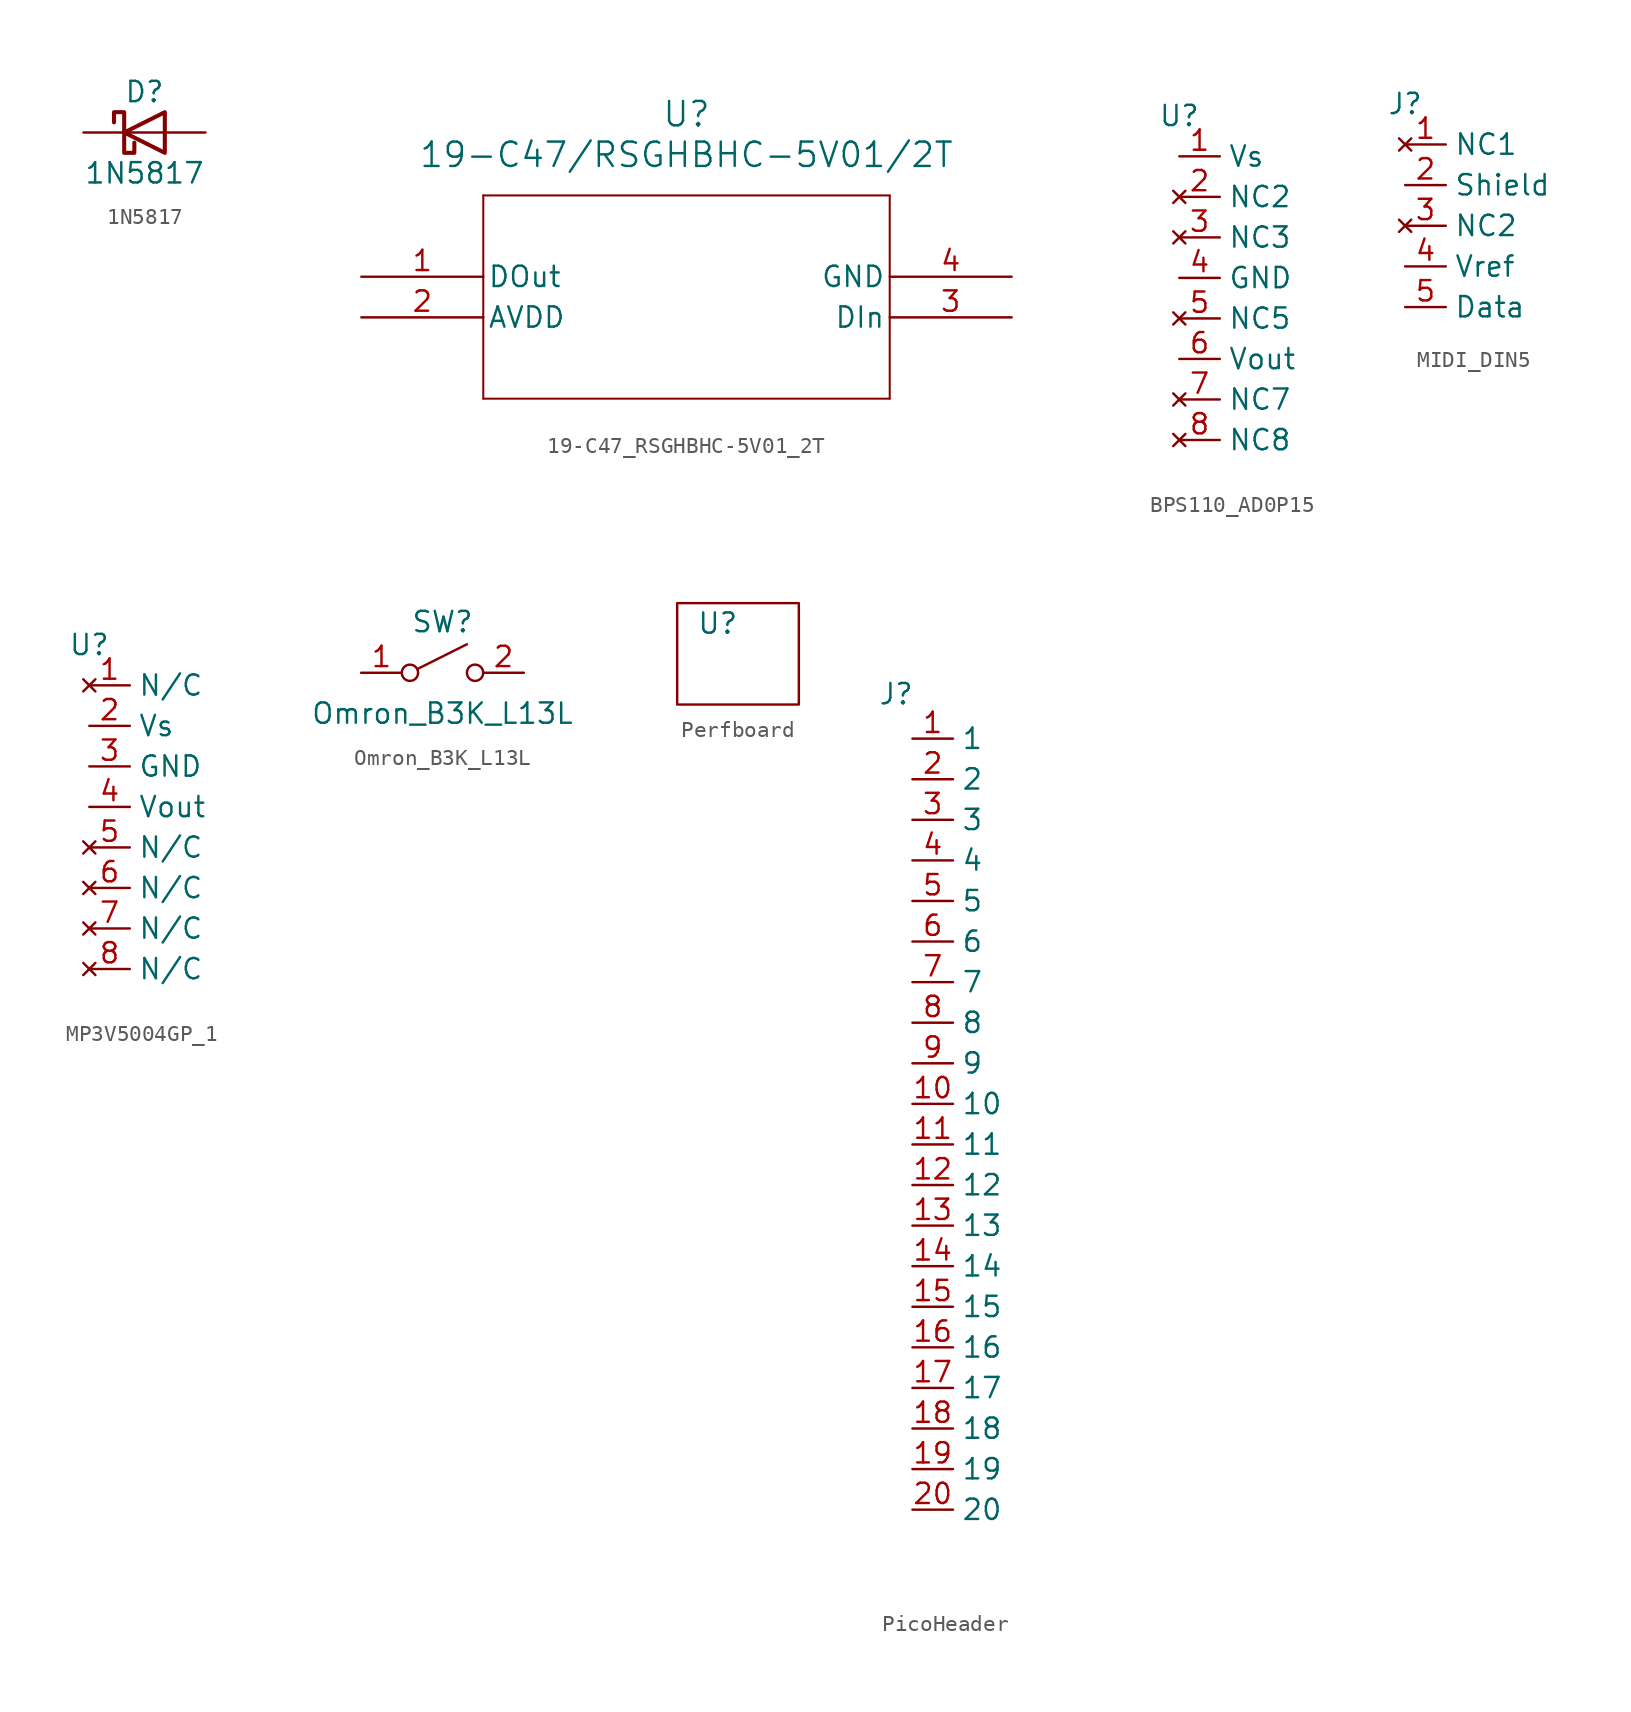
<source format=kicad_sym>
(kicad_symbol_lib
  (version 20241209)
  (generator "kicad_symbol_editor")
  (generator_version "9.0")
  (symbol "1N5817"
    (pin_numbers
      (hide yes))
    (pin_names
      (offset 1.016)
      (hide yes))
    (property "Reference" "D"
      (at 0 2.54 0)
      (effects (font (size 1.27 1.27))))
    (property "Value" "1N5817"
      (at 0 -2.54 0)
      (effects (font (size 1.27 1.27))))
    (symbol "1N5817_0_1"
      (polyline (pts (xy -1.905 0.635) (xy -1.905 1.27) (xy -1.27 1.27) (xy -1.27 -1.27) (xy -0.635 -1.27) (xy -0.635 -0.635)) (stroke (width 0.254) (type default)) (fill (type none)))
      (polyline (pts (xy 1.27 1.27) (xy 1.27 -1.27) (xy -1.27 0) (xy 1.27 1.27)) (stroke (width 0.254) (type default)) (fill (type none)))
      (polyline (pts (xy 1.27 0) (xy -1.27 0)) (stroke (width 0) (type default)) (fill (type none))))
    (symbol "1N5817_1_1"
      (pin passive line (at -3.81 0 0) (length 2.54) (name "K" (effects (font (size 1.27 1.27)))) (number "1" (effects (font (size 1.27 1.27)))))
      (pin passive line (at 3.81 0 180) (length 2.54) (name "A" (effects (font (size 1.27 1.27)))) (number "2" (effects (font (size 1.27 1.27)))))))
  (symbol "19-C47_RSGHBHC-5V01_2T"
    (pin_names
      (offset 0.254))
    (property "Reference" "U"
      (at 20.32 10.16 0)
      (effects (font (size 1.524 1.524))))
    (property "Value" "19-C47/RSGHBHC-5V01/2T"
      (at 20.32 7.62 0)
      (effects (font (size 1.524 1.524))))
    (property "ki_locked" ""
      (at 0 0 0)
      (effects (font (size 1.27 1.27))))
    (symbol "19-C47_RSGHBHC-5V01_2T_0_1"
      (polyline (pts (xy 7.62 5.08) (xy 7.62 -7.62)) (stroke (width 0.127) (type default)) (fill (type none)))
      (polyline (pts (xy 7.62 -7.62) (xy 33.02 -7.62)) (stroke (width 0.127) (type default)) (fill (type none)))
      (polyline (pts (xy 33.02 5.08) (xy 7.62 5.08)) (stroke (width 0.127) (type default)) (fill (type none)))
      (polyline (pts (xy 33.02 -7.62) (xy 33.02 5.08)) (stroke (width 0.127) (type default)) (fill (type none))))
    (symbol "19-C47_RSGHBHC-5V01_2T_1_1"
      (pin output line (at 0 0 0) (length 7.62) (name "DOut" (effects (font (size 1.27 1.27)))) (number "1" (effects (font (size 1.27 1.27)))))
      (pin power_in line (at 0 -2.54 0) (length 7.62) (name "AVDD" (effects (font (size 1.27 1.27)))) (number "2" (effects (font (size 1.27 1.27)))))
      (pin power_out line (at 40.64 0 180) (length 7.62) (name "GND" (effects (font (size 1.27 1.27)))) (number "4" (effects (font (size 1.27 1.27)))))
      (pin input line (at 40.64 -2.54 180) (length 7.62) (name "DIn" (effects (font (size 1.27 1.27)))) (number "3" (effects (font (size 1.27 1.27)))))))
  (symbol "BPS110_AD0P15"
    (property "Reference" "U"
      (at 0 0 0)
      (effects (font (size 1.27 1.27))))
    (property "Value" ""
      (at 0 0 0)
      (effects (font (size 1.27 1.27))))
    (symbol "BPS110_AD0P15_1_1"
      (pin power_in line (at 0 -2.54 0) (length 2.54) (name "Vs" (effects (font (size 1.27 1.27)))) (number "1" (effects (font (size 1.27 1.27)))))
      (pin no_connect line (at 0 -5.08 0) (length 2.54) (name "NC2" (effects (font (size 1.27 1.27)))) (number "2" (effects (font (size 1.27 1.27)))))
      (pin no_connect line (at 0 -7.62 0) (length 2.54) (name "NC3" (effects (font (size 1.27 1.27)))) (number "3" (effects (font (size 1.27 1.27)))))
      (pin power_out line (at 0 -10.16 0) (length 2.54) (name "GND" (effects (font (size 1.27 1.27)))) (number "4" (effects (font (size 1.27 1.27)))))
      (pin no_connect line (at 0 -12.7 0) (length 2.54) (name "NC5" (effects (font (size 1.27 1.27)))) (number "5" (effects (font (size 1.27 1.27)))))
      (pin output line (at 0 -15.24 0) (length 2.54) (name "Vout" (effects (font (size 1.27 1.27)))) (number "6" (effects (font (size 1.27 1.27)))))
      (pin no_connect line (at 0 -17.78 0) (length 2.54) (name "NC7" (effects (font (size 1.27 1.27)))) (number "7" (effects (font (size 1.27 1.27)))))
      (pin no_connect line (at 0 -20.32 0) (length 2.54) (name "NC8" (effects (font (size 1.27 1.27)))) (number "8" (effects (font (size 1.27 1.27)))))))
  (symbol "MIDI_DIN5"
    (property "Reference" "J"
      (at 0 0 0)
      (effects (font (size 1.27 1.27))))
    (property "Value" ""
      (at 0 0 0)
      (effects (font (size 1.27 1.27))))
    (symbol "MIDI_DIN5_1_1"
      (pin no_connect line (at 0 -2.54 0) (length 2.54) (name "NC1" (effects (font (size 1.27 1.27)))) (number "1" (effects (font (size 1.27 1.27)))))
      (pin power_out line (at 0 -5.08 0) (length 2.54) (name "Shield" (effects (font (size 1.27 1.27)))) (number "2" (effects (font (size 1.27 1.27)))))
      (pin no_connect line (at 0 -7.62 0) (length 2.54) (name "NC2" (effects (font (size 1.27 1.27)))) (number "3" (effects (font (size 1.27 1.27)))))
      (pin power_in line (at 0 -10.16 0) (length 2.54) (name "Vref" (effects (font (size 1.27 1.27)))) (number "4" (effects (font (size 1.27 1.27)))))
      (pin output line (at 0 -12.7 0) (length 2.54) (name "Data" (effects (font (size 1.27 1.27)))) (number "5" (effects (font (size 1.27 1.27)))))))
  (symbol "MP3V5004GP_1"
    (property "Reference" "U"
      (at 0 0 0)
      (effects (font (size 1.27 1.27))))
    (property "Value" ""
      (at 0 0 0)
      (effects (font (size 1.27 1.27))))
    (symbol "MP3V5004GP_1_1_1"
      (pin no_connect line (at 0 -2.54 0) (length 2.54) (name "N/C" (effects (font (size 1.27 1.27)))) (number "1" (effects (font (size 1.27 1.27)))))
      (pin power_in line (at 0 -5.08 0) (length 2.54) (name "Vs" (effects (font (size 1.27 1.27)))) (number "2" (effects (font (size 1.27 1.27)))))
      (pin power_out line (at 0 -7.62 0) (length 2.54) (name "GND" (effects (font (size 1.27 1.27)))) (number "3" (effects (font (size 1.27 1.27)))))
      (pin output line (at 0 -10.16 0) (length 2.54) (name "Vout" (effects (font (size 1.27 1.27)))) (number "4" (effects (font (size 1.27 1.27)))))
      (pin no_connect line (at 0 -12.7 0) (length 2.54) (name "N/C" (effects (font (size 1.27 1.27)))) (number "5" (effects (font (size 1.27 1.27)))))
      (pin no_connect line (at 0 -15.24 0) (length 2.54) (name "N/C" (effects (font (size 1.27 1.27)))) (number "6" (effects (font (size 1.27 1.27)))))
      (pin no_connect line (at 0 -17.78 0) (length 2.54) (name "N/C" (effects (font (size 1.27 1.27)))) (number "7" (effects (font (size 1.27 1.27)))))
      (pin no_connect line (at 0 -20.32 0) (length 2.54) (name "N/C" (effects (font (size 1.27 1.27)))) (number "8" (effects (font (size 1.27 1.27)))))))
  (symbol "Omron_B3K_L13L"
    (pin_names
      (offset 0)
      (hide yes))
    (property "Reference" "SW"
      (at 0 3.175 0)
      (effects (font (size 1.27 1.27))))
    (property "Value" "Omron_B3K_L13L"
      (at 0 -2.54 0)
      (effects (font (size 1.27 1.27))))
    (symbol "Omron_B3K_L13L_0_0"
      (circle (center -2.032 0) (radius 0.508) (stroke (width 0) (type default)) (fill (type none)))
      (polyline (pts (xy -1.524 0.254) (xy 1.524 1.778)) (stroke (width 0) (type default)) (fill (type none)))
      (circle (center 2.032 0) (radius 0.508) (stroke (width 0) (type default)) (fill (type none))))
    (symbol "Omron_B3K_L13L_1_1"
      (pin passive line (at -5.08 0 0) (length 2.54) (name "A" (effects (font (size 1.27 1.27)))) (number "1" (effects (font (size 1.27 1.27)))))
      (pin passive line (at 5.08 0 180) (length 2.54) (name "B" (effects (font (size 1.27 1.27)))) (number "2" (effects (font (size 1.27 1.27)))))))
  (symbol "Perfboard"
    (property "Reference" "U"
      (at 0 0 0)
      (effects (font (size 1.27 1.27))))
    (property "Value" ""
      (at 0 0 0)
      (effects (font (size 1.27 1.27))))
    (symbol "Perfboard_0_1"
      (rectangle (start -2.54 1.27) (end 5.08 -5.08) (stroke (width 0) (type default)) (fill (type none)))))
  (symbol "PicoHeader"
    (property "Reference" "J"
      (at -1.016 2.794 0)
      (effects (font (size 1.27 1.27))))
    (property "Value" ""
      (at 0 0 0)
      (effects (font (size 1.27 1.27))))
    (symbol "PicoHeader_1_1"
      (pin bidirectional line (at 0 0 0) (length 2.54) (name "1" (effects (font (size 1.27 1.27)))) (number "1" (effects (font (size 1.27 1.27)))))
      (pin bidirectional line (at 0 -2.54 0) (length 2.54) (name "2" (effects (font (size 1.27 1.27)))) (number "2" (effects (font (size 1.27 1.27)))))
      (pin bidirectional line (at 0 -5.08 0) (length 2.54) (name "3" (effects (font (size 1.27 1.27)))) (number "3" (effects (font (size 1.27 1.27)))))
      (pin bidirectional line (at 0 -7.62 0) (length 2.54) (name "4" (effects (font (size 1.27 1.27)))) (number "4" (effects (font (size 1.27 1.27)))))
      (pin bidirectional line (at 0 -10.16 0) (length 2.54) (name "5" (effects (font (size 1.27 1.27)))) (number "5" (effects (font (size 1.27 1.27)))))
      (pin bidirectional line (at 0 -12.7 0) (length 2.54) (name "6" (effects (font (size 1.27 1.27)))) (number "6" (effects (font (size 1.27 1.27)))))
      (pin bidirectional line (at 0 -15.24 0) (length 2.54) (name "7" (effects (font (size 1.27 1.27)))) (number "7" (effects (font (size 1.27 1.27)))))
      (pin bidirectional line (at 0 -17.78 0) (length 2.54) (name "8" (effects (font (size 1.27 1.27)))) (number "8" (effects (font (size 1.27 1.27)))))
      (pin bidirectional line (at 0 -20.32 0) (length 2.54) (name "9" (effects (font (size 1.27 1.27)))) (number "9" (effects (font (size 1.27 1.27)))))
      (pin bidirectional line (at 0 -22.86 0) (length 2.54) (name "10" (effects (font (size 1.27 1.27)))) (number "10" (effects (font (size 1.27 1.27)))))
      (pin bidirectional line (at 0 -25.4 0) (length 2.54) (name "11" (effects (font (size 1.27 1.27)))) (number "11" (effects (font (size 1.27 1.27)))))
      (pin bidirectional line (at 0 -27.94 0) (length 2.54) (name "12" (effects (font (size 1.27 1.27)))) (number "12" (effects (font (size 1.27 1.27)))))
      (pin bidirectional line (at 0 -30.48 0) (length 2.54) (name "13" (effects (font (size 1.27 1.27)))) (number "13" (effects (font (size 1.27 1.27)))))
      (pin bidirectional line (at 0 -33.02 0) (length 2.54) (name "14" (effects (font (size 1.27 1.27)))) (number "14" (effects (font (size 1.27 1.27)))))
      (pin bidirectional line (at 0 -35.56 0) (length 2.54) (name "15" (effects (font (size 1.27 1.27)))) (number "15" (effects (font (size 1.27 1.27)))))
      (pin bidirectional line (at 0 -38.1 0) (length 2.54) (name "16" (effects (font (size 1.27 1.27)))) (number "16" (effects (font (size 1.27 1.27)))))
      (pin bidirectional line (at 0 -40.64 0) (length 2.54) (name "17" (effects (font (size 1.27 1.27)))) (number "17" (effects (font (size 1.27 1.27)))))
      (pin bidirectional line (at 0 -43.18 0) (length 2.54) (name "18" (effects (font (size 1.27 1.27)))) (number "18" (effects (font (size 1.27 1.27)))))
      (pin bidirectional line (at 0 -45.72 0) (length 2.54) (name "19" (effects (font (size 1.27 1.27)))) (number "19" (effects (font (size 1.27 1.27)))))
      (pin bidirectional line (at 0 -48.26 0) (length 2.54) (name "20" (effects (font (size 1.27 1.27)))) (number "20" (effects (font (size 1.27 1.27))))))))
</source>
